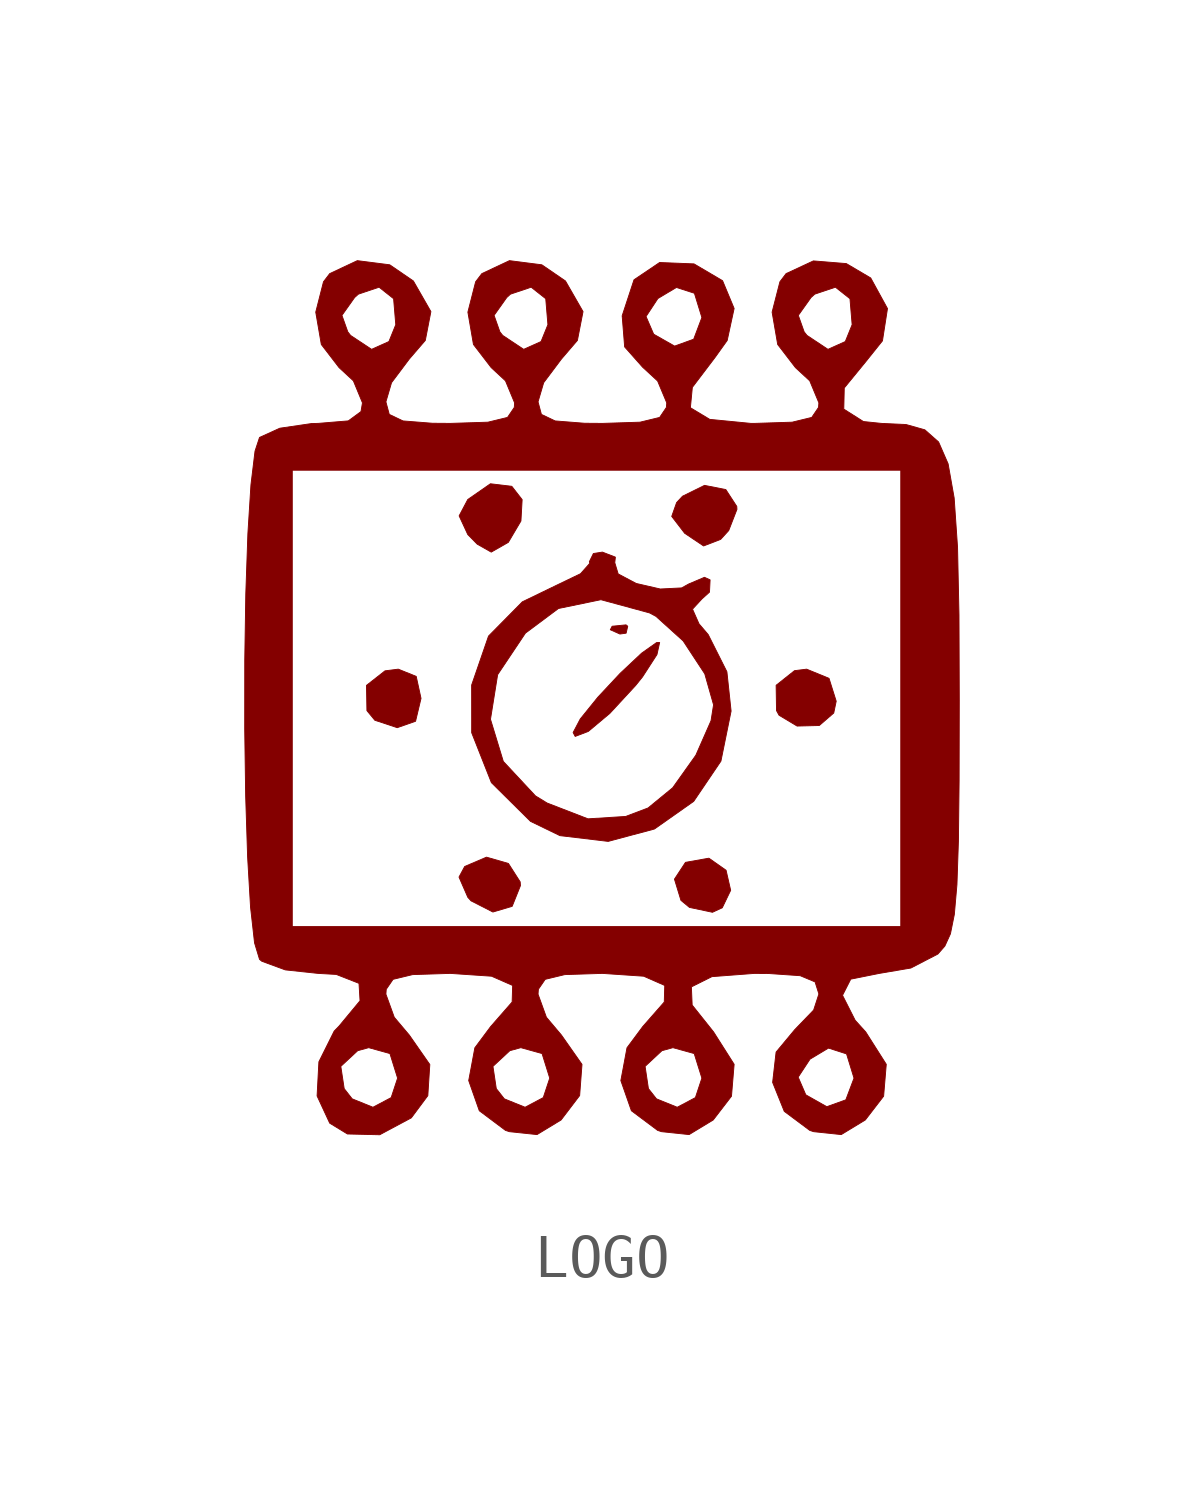
<source format=kicad_sym>
(kicad_symbol_lib
  (version 20220914)
  (generator bitmap2component)
  (symbol "LOGO"
    (pin_names
      (offset 1.016))
    (property "Reference" "#G"
      (at 0 11.795 0)
      (effects (font (size 1.27 1.27)) hide))
    (symbol "LOGO_0_0"
      (polyline (pts (xy -4.547 -9.821) (xy -4.166 -9.309) (xy -4.12 -8.589) (xy -4.594 -7.909) (xy -4.941 -7.498) (xy -5.134 -6.965) (xy -5.126 -6.852) (xy -4.968 -6.622) (xy -4.516 -6.513) (xy -3.648 -6.485) (xy -2.694 -6.55) (xy -2.207 -6.764) (xy -2.219 -7.146) (xy -2.715 -7.713) (xy -3.08 -8.203) (xy -3.16 -8.632) (xy -2.662 -8.632) (xy -2.272 -8.27) (xy -2.018 -8.2) (xy -1.528 -8.336) (xy -1.351 -8.904) (xy -1.5 -9.353) (xy -1.92 -9.576) (xy -2.399 -9.382) (xy -2.585 -9.146) (xy -2.662 -8.632) (xy -3.16 -8.632) (xy -3.222 -8.96) (xy -2.977 -9.657) (xy -2.373 -10.11) (xy -2.281 -10.14) (xy -1.644 -10.207) (xy -1.089 -9.87) (xy -0.66 -9.306) (xy -0.606 -8.586) (xy -1.081 -7.909) (xy -1.428 -7.498) (xy -1.621 -6.965) (xy -1.613 -6.852) (xy -1.455 -6.622) (xy -1.003 -6.513) (xy -0.135 -6.485) (xy 0.819 -6.55) (xy 1.305 -6.764) (xy 1.294 -7.146) (xy 0.797 -7.713) (xy 0.433 -8.203) (xy 0.353 -8.632) (xy 0.851 -8.632) (xy 1.24 -8.27) (xy 1.494 -8.2) (xy 1.985 -8.336) (xy 2.162 -8.904) (xy 2.013 -9.353) (xy 1.593 -9.576) (xy 1.114 -9.382) (xy 0.928 -9.146) (xy 0.851 -8.632) (xy 0.353 -8.632) (xy 0.291 -8.96) (xy 0.535 -9.657) (xy 1.14 -10.11) (xy 1.231 -10.14) (xy 1.868 -10.207) (xy 2.424 -9.87) (xy 2.846 -9.321) (xy 2.907 -8.584) (xy 2.432 -7.836) (xy 1.938 -7.216) (xy 1.92 -6.797) (xy 2.395 -6.56) (xy 3.378 -6.485) (xy 3.71 -6.488) (xy 4.432 -6.538) (xy 4.776 -6.682) (xy 4.864 -6.961) (xy 4.743 -7.332) (xy 4.307 -7.784) (xy 3.876 -8.302) (xy 3.81 -8.881) (xy 4.386 -8.881) (xy 4.659 -8.466) (xy 5.086 -8.21) (xy 5.503 -8.344) (xy 5.675 -8.904) (xy 5.486 -9.405) (xy 5.046 -9.563) (xy 4.569 -9.293) (xy 4.558 -9.28) (xy 4.386 -8.881) (xy 3.81 -8.881) (xy 3.796 -9.002) (xy 4.065 -9.671) (xy 4.653 -10.11) (xy 4.744 -10.14) (xy 5.381 -10.207) (xy 5.936 -9.87) (xy 6.359 -9.321) (xy 6.42 -8.584) (xy 5.945 -7.836) (xy 5.702 -7.568) (xy 5.41 -6.992) (xy 5.6 -6.618) (xy 6.261 -6.485) (xy 6.989 -6.361) (xy 7.612 -6.038) (xy 7.773 -5.854) (xy 7.902 -5.571) (xy 7.992 -5.123) (xy 8.052 -4.435) (xy 8.086 -3.433) (xy 8.102 -2.04) (xy 8.106 -0.182) (xy 8.099 1.796) (xy 8.066 3.351) (xy 7.988 4.492) (xy 7.848 5.282) (xy 7.628 5.786) (xy 7.31 6.067) (xy 6.876 6.189) (xy 6.308 6.215) (xy 5.892 6.258) (xy 5.439 6.545) (xy 5.45 7.033) (xy 5.945 7.638) (xy 6.332 8.121) (xy 6.448 8.867) (xy 6.061 9.573) (xy 5.498 9.905) (xy 4.737 9.967) (xy 4.107 9.674) (xy 3.964 9.485) (xy 3.784 8.784) (xy 3.797 8.709) (xy 4.389 8.709) (xy 4.683 9.122) (xy 4.768 9.199) (xy 5.246 9.36) (xy 5.582 9.094) (xy 5.632 8.495) (xy 5.474 8.105) (xy 5.074 7.925) (xy 4.59 8.246) (xy 4.524 8.329) (xy 4.389 8.709) (xy 3.797 8.709) (xy 3.913 8.037) (xy 4.323 7.503) (xy 4.653 7.198) (xy 4.864 6.69) (xy 4.856 6.584) (xy 4.699 6.353) (xy 4.247 6.243) (xy 3.378 6.215) (xy 3.295 6.215) (xy 2.344 6.308) (xy 1.897 6.577) (xy 1.942 7.047) (xy 2.465 7.736) (xy 2.747 8.13) (xy 2.907 8.869) (xy 2.64 9.51) (xy 1.981 9.898) (xy 1.186 9.93) (xy 0.595 9.531) (xy 0.322 8.7) (xy 0.323 8.683) (xy 0.873 8.683) (xy 1.146 9.098) (xy 1.573 9.354) (xy 1.99 9.22) (xy 2.162 8.66) (xy 1.973 8.159) (xy 1.533 8) (xy 1.056 8.271) (xy 1.045 8.284) (xy 0.873 8.683) (xy 0.323 8.683) (xy 0.379 7.981) (xy 0.794 7.513) (xy 1.14 7.194) (xy 1.351 6.69) (xy 1.343 6.584) (xy 1.187 6.353) (xy 0.734 6.243) (xy -0.135 6.215) (xy -0.545 6.218) (xy -1.226 6.272) (xy -1.543 6.423) (xy -1.621 6.713) (xy -1.491 7.155) (xy -1.081 7.701) (xy -0.712 8.131) (xy -0.582 8.797) (xy -0.988 9.504) (xy -1.533 9.877) (xy -2.281 9.973) (xy -2.918 9.674) (xy -3.062 9.485) (xy -3.241 8.784) (xy -3.228 8.709) (xy -2.636 8.709) (xy -2.343 9.122) (xy -2.258 9.199) (xy -1.78 9.36) (xy -1.443 9.094) (xy -1.393 8.495) (xy -1.551 8.105) (xy -1.952 7.925) (xy -2.436 8.246) (xy -2.502 8.329) (xy -2.636 8.709) (xy -3.228 8.709) (xy -3.112 8.037) (xy -2.702 7.503) (xy -2.373 7.198) (xy -2.162 6.69) (xy -2.169 6.584) (xy -2.326 6.353) (xy -2.778 6.243) (xy -3.648 6.215) (xy -4.058 6.218) (xy -4.739 6.272) (xy -5.056 6.423) (xy -5.134 6.713) (xy -5.004 7.155) (xy -4.594 7.701) (xy -4.224 8.131) (xy -4.095 8.797) (xy -4.5 9.504) (xy -5.045 9.877) (xy -5.794 9.973) (xy -6.431 9.674) (xy -6.575 9.485) (xy -6.754 8.784) (xy -6.741 8.709) (xy -6.149 8.709) (xy -5.856 9.122) (xy -5.77 9.199) (xy -5.292 9.36) (xy -4.956 9.094) (xy -4.906 8.495) (xy -5.064 8.105) (xy -5.464 7.925) (xy -5.949 8.246) (xy -6.014 8.329) (xy -6.149 8.709) (xy -6.741 8.709) (xy -6.625 8.037) (xy -6.215 7.503) (xy -5.885 7.198) (xy -5.675 6.69) (xy -5.709 6.488) (xy -6.002 6.273) (xy -6.701 6.215) (xy -6.847 6.212) (xy -7.583 6.104) (xy -8.052 5.891) (xy -8.156 5.575) (xy -8.25 4.798) (xy -8.321 3.668) (xy -8.369 2.284) (xy -8.393 0.747) (xy -8.394 -0.845) (xy -8.372 -2.393) (xy -8.327 -3.798) (xy -8.259 -4.96) (xy -8.209 -5.404) (xy -7.296 -5.404) (xy -7.296 -0.135) (xy -7.296 5.134) (xy -0.27 5.134) (xy 6.755 5.134) (xy 6.755 -0.135) (xy 6.755 -5.404) (xy -0.27 -5.404) (xy -7.296 -5.404) (xy -8.209 -5.404) (xy -8.167 -5.781) (xy -8.052 -6.161) (xy -7.997 -6.206) (xy -7.458 -6.404) (xy -6.701 -6.485) (xy -6.28 -6.509) (xy -5.755 -6.715) (xy -5.731 -7.117) (xy -6.215 -7.701) (xy -6.329 -7.819) (xy -6.681 -8.526) (xy -6.687 -8.632) (xy -6.175 -8.632) (xy -5.785 -8.27) (xy -5.531 -8.2) (xy -5.041 -8.336) (xy -4.864 -8.904) (xy -5.012 -9.353) (xy -5.433 -9.576) (xy -5.912 -9.382) (xy -6.097 -9.146) (xy -6.175 -8.632) (xy -6.687 -8.632) (xy -6.723 -9.315) (xy -6.431 -9.944) (xy -6.023 -10.193) (xy -5.276 -10.211) (xy -4.547 -9.821)) (stroke (width 0.01) (type default)) (fill (type outline)))
      (polyline (pts (xy -2.218 -4.936) (xy -2.027 -4.458) (xy -2.033 -4.372) (xy -2.305 -3.947) (xy -2.811 -3.801) (xy -3.314 -4.016) (xy -3.446 -4.261) (xy -3.242 -4.729) (xy -3.168 -4.81) (xy -2.663 -5.068) (xy -2.218 -4.936)) (stroke (width 0.01) (type default)) (fill (type outline)))
      (polyline (pts (xy 2.633 -4.97) (xy 2.827 -4.567) (xy 2.721 -4.104) (xy 2.329 -3.828) (xy 2.318 -3.826) (xy 1.784 -3.921) (xy 1.529 -4.309) (xy 1.679 -4.799) (xy 1.875 -4.961) (xy 2.407 -5.074) (xy 2.633 -4.97)) (stroke (width 0.01) (type default)) (fill (type outline)))
      (polyline (pts (xy 1.067 -3.151) (xy 1.973 -2.513) (xy 2.602 -1.584) (xy 2.837 -0.428) (xy 2.74 0.48) (xy 2.308 1.339) (xy 2.096 1.587) (xy 1.946 1.926) (xy 2.165 2.163) (xy 2.338 2.319) (xy 2.352 2.602) (xy 2.222 2.661) (xy 1.857 2.506) (xy 1.695 2.416) (xy 1.202 2.391) (xy 0.646 2.519) (xy 0.229 2.74) (xy 0.151 2.999) (xy 0.165 3.127) (xy -0.135 3.243) (xy -0.343 3.21) (xy -0.436 3.021) (xy -0.425 2.986) (xy -0.639 2.744) (xy -1.192 2.478) (xy -1.983 2.095) (xy -2.764 1.304) (xy -3.154 0.173) (xy -3.153 -0.617) (xy -2.719 -0.617) (xy -2.554 0.412) (xy -1.912 1.372) (xy -1.149 1.941) (xy -0.169 2.144) (xy 0.953 1.839) (xy 1.101 1.76) (xy 1.73 1.192) (xy 2.229 0.432) (xy 2.432 -0.283) (xy 2.374 -0.65) (xy 2.023 -1.447) (xy 1.488 -2.199) (xy 0.92 -2.665) (xy 0.401 -2.861) (xy -0.468 -2.916) (xy -1.412 -2.551) (xy -1.681 -2.386) (xy -2.423 -1.59) (xy -2.719 -0.617) (xy -3.153 -0.617) (xy -3.153 -0.928) (xy -2.698 -2.08) (xy -1.794 -2.975) (xy -1.116 -3.304) (xy -0.001 -3.437) (xy 1.067 -3.151)) (stroke (width 0.01) (type default)) (fill (type outline)))
      (polyline (pts (xy -4.449 -0.663) (xy -4.323 -0.135) (xy -4.434 0.373) (xy -4.848 0.54) (xy -5.155 0.501) (xy -5.582 0.166) (xy -5.572 -0.418) (xy -5.389 -0.64) (xy -4.872 -0.811) (xy -4.449 -0.663)) (stroke (width 0.01) (type default)) (fill (type outline)))
      (polyline (pts (xy 4.874 -0.761) (xy 5.207 -0.473) (xy 5.264 -0.2) (xy 5.098 0.328) (xy 4.581 0.54) (xy 4.301 0.505) (xy 3.877 0.168) (xy 3.886 -0.418) (xy 3.944 -0.524) (xy 4.361 -0.774) (xy 4.874 -0.761)) (stroke (width 0.01) (type default)) (fill (type outline)))
      (polyline (pts (xy -2.307 3.468) (xy -2.016 3.961) (xy -1.988 4.455) (xy -2.227 4.762) (xy -2.72 4.821) (xy -3.243 4.458) (xy -3.443 4.08) (xy -3.243 3.648) (xy -3.025 3.426) (xy -2.702 3.243) (xy -2.701 3.243) (xy -2.307 3.468)) (stroke (width 0.01) (type default)) (fill (type outline)))
      (polyline (pts (xy 2.596 3.537) (xy 2.782 3.741) (xy 2.972 4.23) (xy 2.968 4.298) (xy 2.715 4.687) (xy 2.223 4.784) (xy 1.716 4.534) (xy 1.579 4.387) (xy 1.466 4.067) (xy 1.766 3.677) (xy 2.202 3.385) (xy 2.596 3.537)) (stroke (width 0.01) (type default)) (fill (type outline)))
      (polyline (pts (xy -0.461 -0.898) (xy 0.037 -0.481) (xy 0.634 0.165) (xy 0.792 0.362) (xy 1.125 0.877) (xy 1.187 1.155) (xy 1.116 1.154) (xy 0.772 0.91) (xy 0.276 0.444) (xy -0.24 -0.108) (xy -0.646 -0.61) (xy -0.811 -0.924) (xy -0.763 -1.013) (xy -0.461 -0.898)) (stroke (width 0.01) (type default)) (fill (type outline)))
      (polyline (pts (xy 0.413 1.371) (xy 0.45 1.531) (xy 0.411 1.563) (xy 0.09 1.531) (xy 0.048 1.45) (xy 0.27 1.351) (xy 0.413 1.371)) (stroke (width 0.01) (type default)) (fill (type outline))))))
</source>
